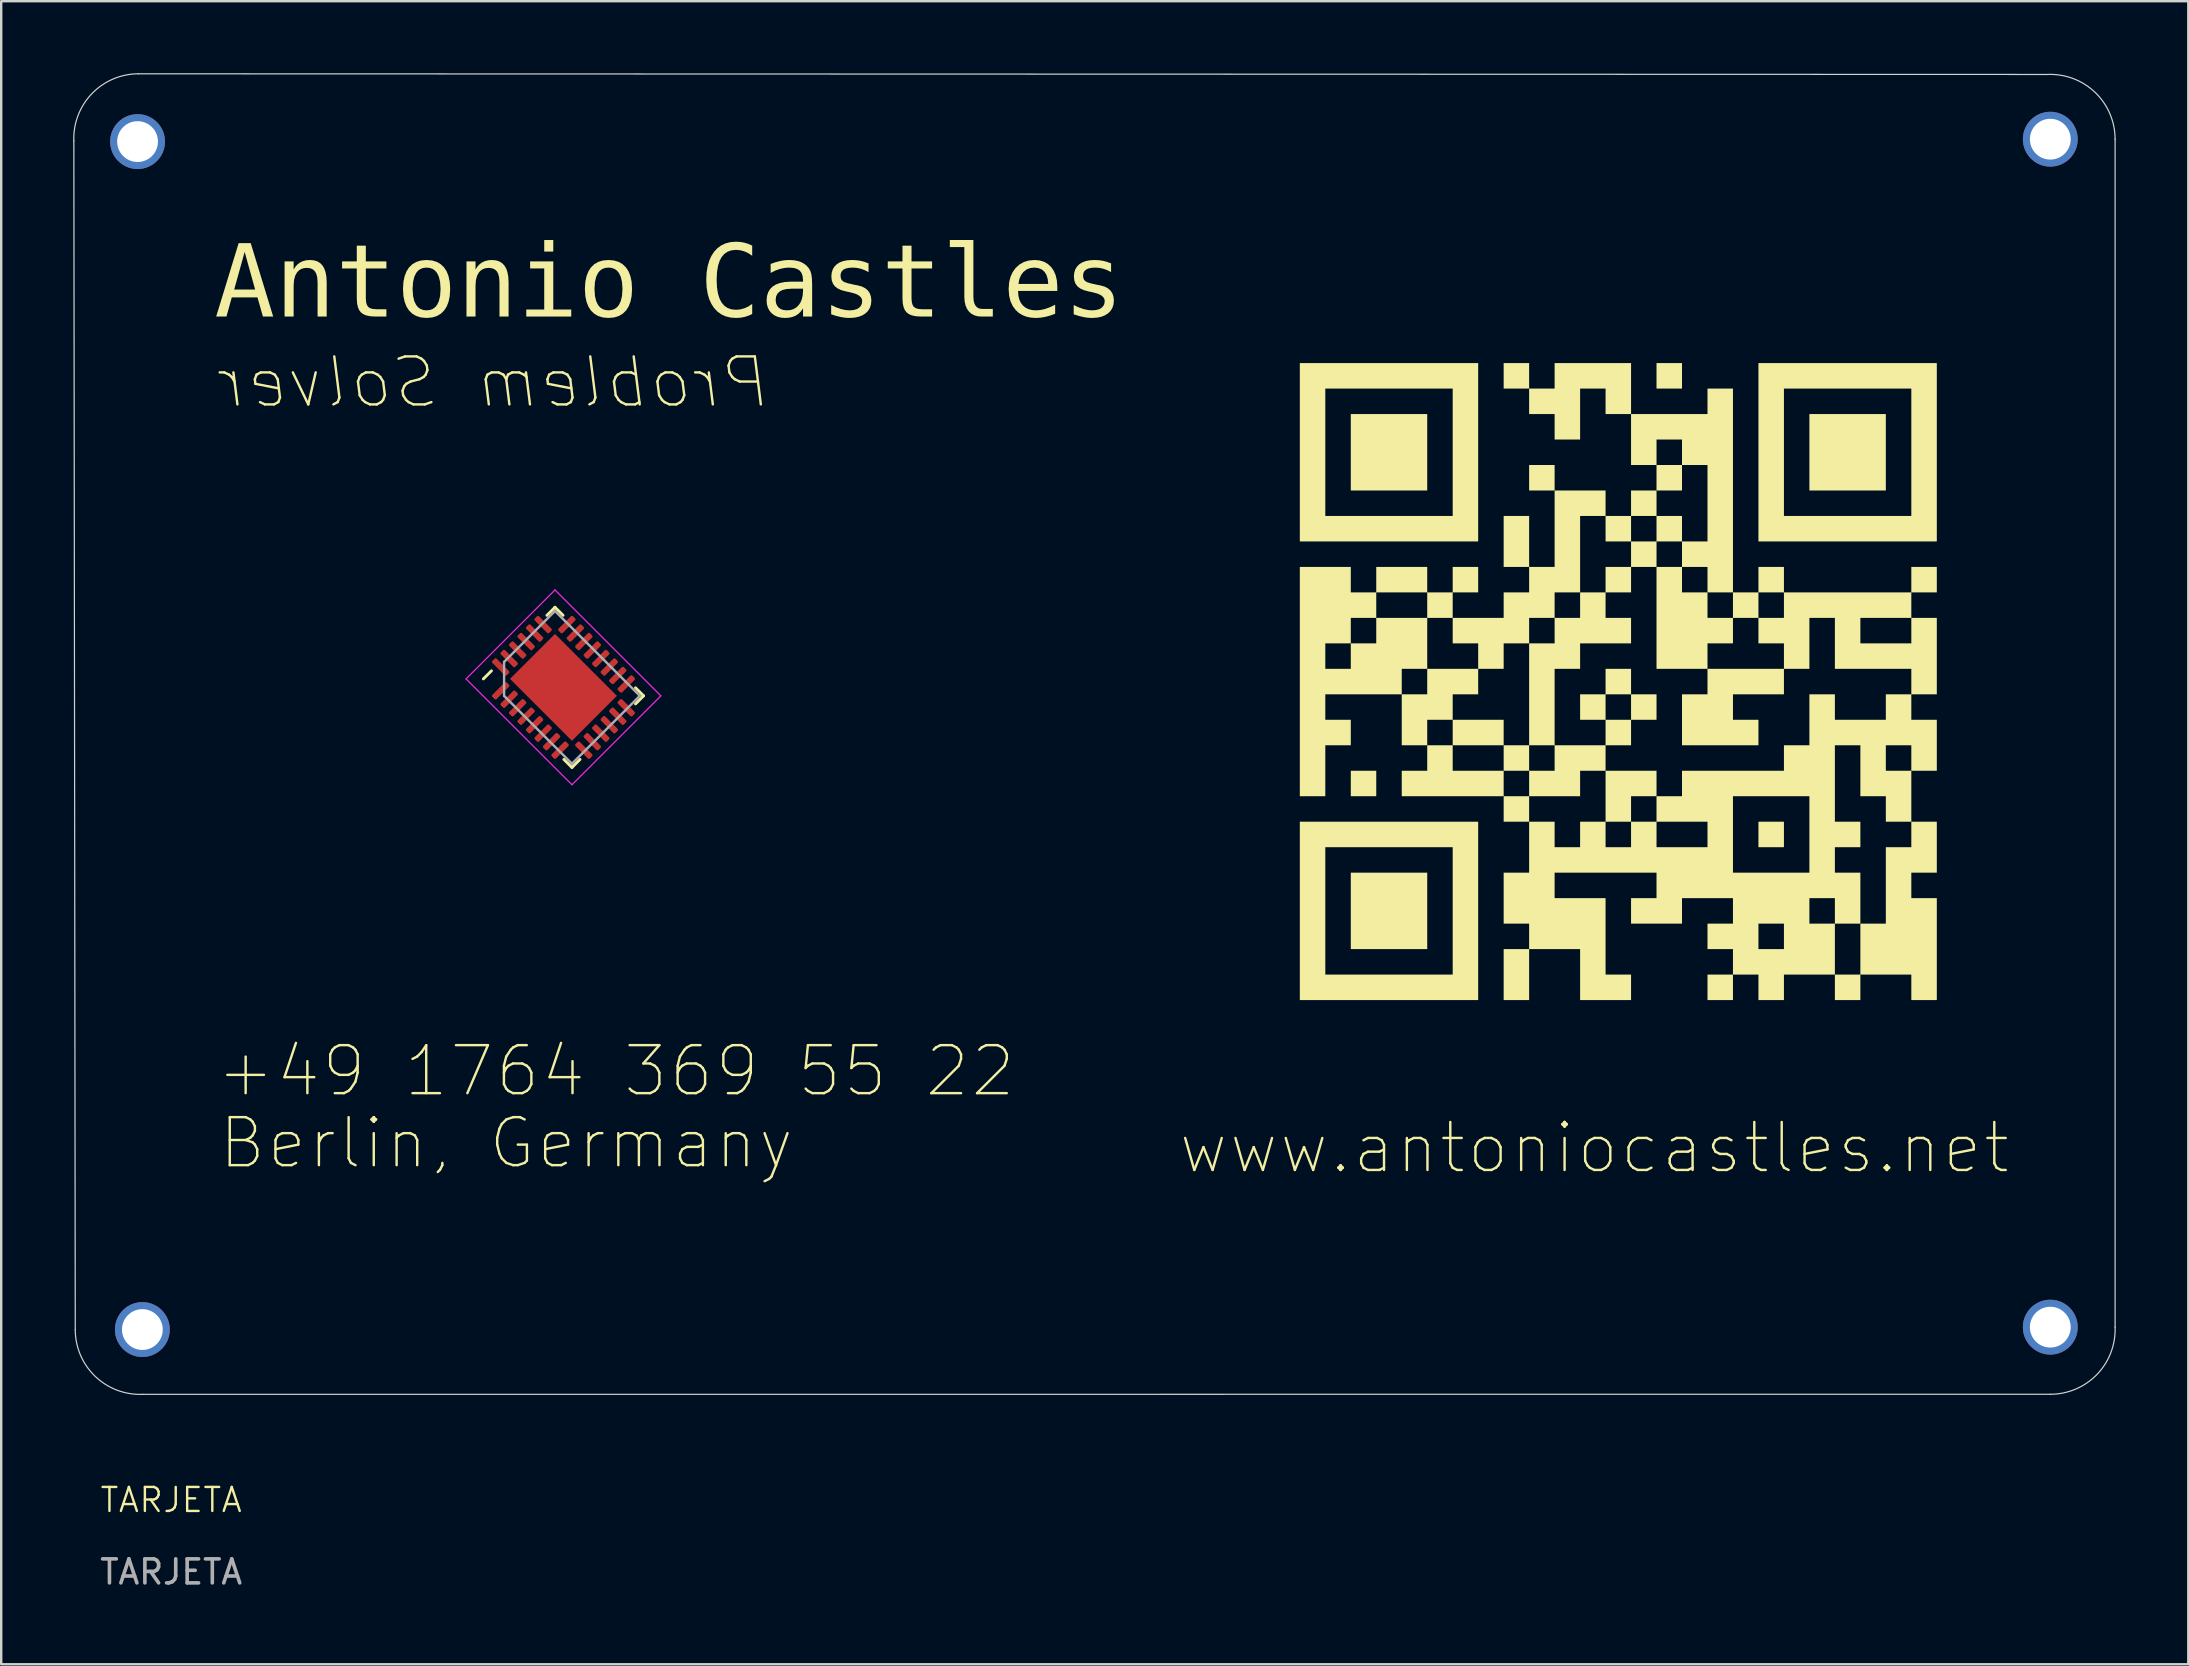
<source format=kicad_pcb>
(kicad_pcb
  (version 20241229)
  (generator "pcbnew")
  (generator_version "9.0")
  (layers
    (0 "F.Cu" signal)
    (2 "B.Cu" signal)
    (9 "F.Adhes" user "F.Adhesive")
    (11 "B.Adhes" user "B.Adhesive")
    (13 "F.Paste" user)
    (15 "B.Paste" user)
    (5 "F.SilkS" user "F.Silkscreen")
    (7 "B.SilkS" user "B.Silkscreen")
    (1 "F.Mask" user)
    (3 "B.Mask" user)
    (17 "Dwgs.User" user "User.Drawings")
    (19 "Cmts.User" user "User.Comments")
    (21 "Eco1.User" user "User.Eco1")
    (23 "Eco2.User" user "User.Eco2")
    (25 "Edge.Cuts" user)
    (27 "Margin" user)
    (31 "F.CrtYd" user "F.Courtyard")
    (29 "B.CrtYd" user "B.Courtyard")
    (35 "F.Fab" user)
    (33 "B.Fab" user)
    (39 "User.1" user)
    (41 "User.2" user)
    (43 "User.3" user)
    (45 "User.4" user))
  (footprint "TARJETA"
    (layer "F.Cu")
    (at 20.082 10.05)
    (property "Reference" "TARJETA" (at -16 49.4 0) (unlocked yes) (layer "F.SilkS") (effects (font (size 1 1) (thickness 0.1))))
    (attr smd)
    (fp_line (start -2.655 14.852) (end -2.991 15.188) (stroke (width 0.12) (type solid)) (layer "F.SilkS"))
    (fp_line (start -0.343 12.54) (end -0.007 12.204) (stroke (width 0.12) (type solid)) (layer "F.SilkS"))
    (fp_line (start -0.007 12.204) (end 0.329 12.54) (stroke (width 0.12) (type solid)) (layer "F.SilkS"))
    (fp_line (start 0.7 18.879) (end 0.364 18.543) (stroke (width 0.12) (type solid)) (layer "F.SilkS"))
    (fp_line (start 1.036 18.543) (end 0.7 18.879) (stroke (width 0.12) (type solid)) (layer "F.SilkS"))
    (fp_line (start 3.348 16.231) (end 3.684 15.895) (stroke (width 0.12) (type solid)) (layer "F.SilkS"))
    (fp_line (start 3.684 15.895) (end 3.348 15.559) (stroke (width 0.12) (type solid)) (layer "F.SilkS"))
    (fp_poly (pts (xy 34.214 19.547) (xy 34.214 20.077) (xy 33.683 20.077) (xy 33.153 20.077) (xy 33.153 19.547) (xy 33.153 19.016) (xy 33.683 19.016) (xy 34.214 19.016)) (stroke (width 0) (type solid)) (fill yes) (layer "F.SilkS"))
    (fp_poly (pts (xy 36.338 5.745) (xy 36.338 7.338) (xy 34.745 7.338) (xy 33.153 7.338) (xy 33.153 5.745) (xy 33.153 4.153) (xy 34.745 4.153) (xy 36.338 4.153)) (stroke (width 0) (type solid)) (fill yes) (layer "F.SilkS"))
    (fp_poly (pts (xy 36.338 24.855) (xy 36.338 26.447) (xy 34.745 26.447) (xy 33.153 26.447) (xy 33.153 24.855) (xy 33.153 23.262) (xy 34.745 23.262) (xy 36.338 23.262)) (stroke (width 0) (type solid)) (fill yes) (layer "F.SilkS"))
    (fp_poly (pts (xy 40.584 20.608) (xy 40.584 21.139) (xy 40.053 21.139) (xy 39.523 21.139) (xy 39.523 20.608) (xy 39.523 20.077) (xy 40.053 20.077) (xy 40.584 20.077)) (stroke (width 0) (type solid)) (fill yes) (layer "F.SilkS"))
    (fp_poly (pts (xy 41.646 6.807) (xy 41.646 7.338) (xy 41.115 7.338) (xy 40.584 7.338) (xy 40.584 6.807) (xy 40.584 6.276) (xy 41.115 6.276) (xy 41.646 6.276)) (stroke (width 0) (type solid)) (fill yes) (layer "F.SilkS"))
    (fp_poly (pts (xy 46.954 2.56) (xy 46.954 3.091) (xy 46.423 3.091) (xy 45.892 3.091) (xy 45.892 2.56) (xy 45.892 2.029) (xy 46.423 2.029) (xy 46.954 2.029)) (stroke (width 0) (type solid)) (fill yes) (layer "F.SilkS"))
    (fp_poly (pts (xy 51.201 21.67) (xy 51.201 22.201) (xy 50.67 22.201) (xy 50.139 22.201) (xy 50.139 21.67) (xy 50.139 21.139) (xy 50.67 21.139) (xy 51.201 21.139)) (stroke (width 0) (type solid)) (fill yes) (layer "F.SilkS"))
    (fp_poly (pts (xy 55.447 5.745) (xy 55.447 7.338) (xy 53.855 7.338) (xy 52.262 7.338) (xy 52.262 5.745) (xy 52.262 4.153) (xy 53.855 4.153) (xy 55.447 4.153)) (stroke (width 0) (type solid)) (fill yes) (layer "F.SilkS"))
    (fp_poly (pts (xy 45.892 19.547) (xy 45.892 20.077) (xy 45.362 20.077) (xy 44.831 20.077) (xy 44.831 20.608) (xy 44.831 21.139) (xy 44.3 21.139) (xy 43.769 21.139) (xy 43.769 20.077) (xy 43.769 19.016) (xy 44.831 19.016) (xy 45.892 19.016)) (stroke (width 0) (type solid)) (fill yes) (layer "F.SilkS"))
    (fp_poly (pts (xy 37.399 18.485) (xy 37.399 19.016) (xy 38.461 19.016) (xy 39.523 19.016) (xy 39.523 19.547) (xy 39.523 20.077) (xy 37.399 20.077) (xy 35.276 20.077) (xy 35.276 19.547) (xy 35.276 19.016) (xy 35.807 19.016) (xy 36.338 19.016) (xy 36.338 18.485) (xy 36.338 17.954) (xy 36.868 17.954) (xy 37.399 17.954)) (stroke (width 0) (type solid)) (fill yes) (layer "F.SilkS"))
    (fp_poly (pts (xy 38.461 5.745) (xy 38.461 9.461) (xy 34.745 9.461) (xy 31.029 9.461) (xy 31.029 5.745) (xy 31.029 3.091) (xy 32.091 3.091) (xy 32.091 5.745) (xy 32.091 8.399) (xy 34.745 8.399) (xy 37.399 8.399) (xy 37.399 5.745) (xy 37.399 3.091) (xy 34.745 3.091) (xy 32.091 3.091) (xy 31.029 3.091) (xy 31.029 2.029) (xy 34.745 2.029) (xy 38.461 2.029)) (stroke (width 0) (type solid)) (fill yes) (layer "F.SilkS"))
    (fp_poly (pts (xy 38.461 24.855) (xy 38.461 28.571) (xy 34.745 28.571) (xy 31.029 28.571) (xy 31.029 24.855) (xy 31.029 22.201) (xy 32.091 22.201) (xy 32.091 24.855) (xy 32.091 27.509) (xy 34.745 27.509) (xy 37.399 27.509) (xy 37.399 24.855) (xy 37.399 22.201) (xy 34.745 22.201) (xy 32.091 22.201) (xy 31.029 22.201) (xy 31.029 21.139) (xy 34.745 21.139) (xy 38.461 21.139)) (stroke (width 0) (type solid)) (fill yes) (layer "F.SilkS"))
    (fp_poly (pts (xy 57.571 5.745) (xy 57.571 9.461) (xy 53.855 9.461) (xy 50.139 9.461) (xy 50.139 5.745) (xy 50.139 3.091) (xy 51.201 3.091) (xy 51.201 5.745) (xy 51.201 8.399) (xy 53.855 8.399) (xy 56.509 8.399) (xy 56.509 5.745) (xy 56.509 3.091) (xy 53.855 3.091) (xy 51.201 3.091) (xy 50.139 3.091) (xy 50.139 2.029) (xy 53.855 2.029) (xy 57.571 2.029)) (stroke (width 0) (type solid)) (fill yes) (layer "F.SilkS"))
    (fp_poly (pts (xy 46.954 11.053) (xy 46.954 11.584) (xy 47.485 11.584) (xy 48.016 11.584) (xy 48.016 12.115) (xy 48.016 12.646) (xy 48.547 12.646) (xy 49.077 12.646) (xy 49.077 13.177) (xy 49.077 13.708) (xy 48.547 13.708) (xy 48.016 13.708) (xy 48.016 14.238) (xy 48.016 14.769) (xy 46.954 14.769) (xy 45.892 14.769) (xy 45.892 12.646) (xy 45.892 10.523) (xy 46.423 10.523) (xy 46.954 10.523)) (stroke (width 0) (type solid)) (fill yes) (layer "F.SilkS"))
    (fp_poly (pts (xy 51.201 15.3) (xy 51.201 15.831) (xy 50.139 15.831) (xy 49.077 15.831) (xy 49.077 16.362) (xy 49.077 16.892) (xy 49.608 16.892) (xy 50.139 16.892) (xy 50.139 17.423) (xy 50.139 17.954) (xy 48.547 17.954) (xy 46.954 17.954) (xy 46.954 16.892) (xy 46.954 15.831) (xy 47.485 15.831) (xy 48.016 15.831) (xy 48.016 15.3) (xy 48.016 14.769) (xy 49.608 14.769) (xy 51.201 14.769)) (stroke (width 0) (type solid)) (fill yes) (layer "F.SilkS"))
    (fp_poly (pts (xy 46.954 8.93) (xy 46.954 9.461) (xy 46.423 9.461) (xy 45.892 9.461) (xy 45.892 9.992) (xy 45.892 10.523) (xy 45.362 10.523) (xy 44.831 10.523) (xy 44.831 11.053) (xy 44.831 11.584) (xy 44.3 11.584) (xy 43.769 11.584) (xy 43.769 12.115) (xy 43.769 12.646) (xy 44.3 12.646) (xy 44.831 12.646) (xy 44.831 13.177) (xy 44.831 13.708) (xy 43.769 13.708) (xy 42.708 13.708) (xy 42.708 14.238) (xy 42.708 14.769) (xy 42.177 14.769) (xy 41.646 14.769) (xy 41.646 16.362) (xy 41.646 17.954) (xy 42.708 17.954) (xy 43.769 17.954) (xy 43.769 17.423) (xy 43.769 16.892) (xy 43.238 16.892) (xy 42.708 16.892) (xy 42.708 16.362) (xy 42.708 15.831) (xy 43.238 15.831) (xy 43.769 15.831) (xy 43.769 15.3) (xy 43.769 14.769) (xy 44.3 14.769) (xy 44.831 14.769) (xy 44.831 15.3) (xy 44.831 15.831) (xy 44.3 15.831) (xy 43.769 15.831) (xy 43.769 16.362) (xy 43.769 16.892) (xy 44.3 16.892) (xy 44.831 16.892) (xy 44.831 16.362) (xy 44.831 15.831) (xy 45.362 15.831) (xy 45.892 15.831) (xy 45.892 16.362) (xy 45.892 16.892) (xy 45.362 16.892) (xy 44.831 16.892) (xy 44.831 17.423) (xy 44.831 17.954) (xy 44.3 17.954) (xy 43.769 17.954) (xy 43.769 18.485) (xy 43.769 19.016) (xy 43.238 19.016) (xy 42.708 19.016) (xy 42.708 19.547) (xy 42.708 20.077) (xy 41.646 20.077) (xy 40.584 20.077) (xy 40.584 19.547) (xy 40.584 19.016) (xy 40.053 19.016) (xy 39.523 19.016) (xy 39.523 18.485) (xy 39.523 17.954) (xy 38.461 17.954) (xy 37.399 17.954) (xy 37.399 17.423) (xy 37.399 16.892) (xy 38.461 16.892) (xy 39.523 16.892) (xy 39.523 17.423) (xy 39.523 17.954) (xy 40.053 17.954) (xy 40.584 17.954) (xy 40.584 18.485) (xy 40.584 19.016) (xy 41.115 19.016) (xy 41.646 19.016) (xy 41.646 18.485) (xy 41.646 17.954) (xy 41.115 17.954) (xy 40.584 17.954) (xy 40.584 15.831) (xy 40.584 13.708) (xy 41.115 13.708) (xy 41.646 13.708) (xy 41.646 13.177) (xy 41.646 12.646) (xy 42.177 12.646) (xy 42.708 12.646) (xy 42.708 12.115) (xy 42.708 11.584) (xy 43.238 11.584) (xy 43.769 11.584) (xy 43.769 11.053) (xy 43.769 10.523) (xy 44.3 10.523) (xy 44.831 10.523) (xy 44.831 9.992) (xy 44.831 9.461) (xy 45.362 9.461) (xy 45.892 9.461) (xy 45.892 8.93) (xy 45.892 8.399) (xy 46.423 8.399) (xy 46.954 8.399)) (stroke (width 0) (type solid)) (fill yes) (layer "F.SilkS"))
    (fp_poly (pts (xy 40.584 2.56) (xy 40.584 3.091) (xy 41.115 3.091) (xy 41.646 3.091) (xy 41.646 2.56) (xy 41.646 2.029) (xy 43.238 2.029) (xy 44.831 2.029) (xy 44.831 3.091) (xy 44.831 4.153) (xy 46.423 4.153) (xy 48.016 4.153) (xy 48.016 3.622) (xy 48.016 3.091) (xy 48.547 3.091) (xy 49.077 3.091) (xy 49.077 7.338) (xy 49.077 11.584) (xy 49.608 11.584) (xy 50.139 11.584) (xy 50.139 11.053) (xy 50.139 10.523) (xy 50.67 10.523) (xy 51.201 10.523) (xy 51.201 11.053) (xy 51.201 11.584) (xy 53.855 11.584) (xy 56.509 11.584) (xy 56.509 11.053) (xy 56.509 10.523) (xy 57.04 10.523) (xy 57.571 10.523) (xy 57.571 11.053) (xy 57.571 11.584) (xy 57.04 11.584) (xy 56.509 11.584) (xy 56.509 12.115) (xy 56.509 12.646) (xy 55.447 12.646) (xy 54.386 12.646) (xy 54.386 13.177) (xy 54.386 13.708) (xy 55.447 13.708) (xy 56.509 13.708) (xy 56.509 13.177) (xy 56.509 12.646) (xy 57.04 12.646) (xy 57.571 12.646) (xy 57.571 14.238) (xy 57.571 15.831) (xy 57.04 15.831) (xy 56.509 15.831) (xy 56.509 16.362) (xy 56.509 16.892) (xy 57.04 16.892) (xy 57.571 16.892) (xy 57.571 17.954) (xy 57.571 19.016) (xy 57.04 19.016) (xy 56.509 19.016) (xy 56.509 20.077) (xy 56.509 21.139) (xy 55.978 21.139) (xy 55.447 21.139) (xy 55.447 20.608) (xy 55.447 20.077) (xy 54.917 20.077) (xy 54.386 20.077) (xy 54.386 19.016) (xy 54.386 17.954) (xy 55.447 17.954) (xy 55.447 18.485) (xy 55.447 19.016) (xy 55.978 19.016) (xy 56.509 19.016) (xy 56.509 18.485) (xy 56.509 17.954) (xy 55.978 17.954) (xy 55.447 17.954) (xy 54.386 17.954) (xy 53.855 17.954) (xy 53.324 17.954) (xy 53.324 19.547) (xy 53.324 21.139) (xy 53.855 21.139) (xy 54.386 21.139) (xy 54.386 21.67) (xy 54.386 22.201) (xy 53.855 22.201) (xy 53.324 22.201) (xy 53.324 22.732) (xy 53.324 23.262) (xy 53.855 23.262) (xy 54.386 23.262) (xy 54.386 24.324) (xy 54.386 25.386) (xy 53.855 25.386) (xy 53.324 25.386) (xy 53.324 24.855) (xy 53.324 24.324) (xy 52.793 24.324) (xy 52.262 24.324) (xy 52.262 24.855) (xy 52.262 25.386) (xy 52.793 25.386) (xy 53.324 25.386) (xy 53.324 26.447) (xy 53.324 27.509) (xy 53.855 27.509) (xy 54.386 27.509) (xy 54.386 26.447) (xy 54.386 25.386) (xy 54.917 25.386) (xy 55.447 25.386) (xy 55.447 23.793) (xy 55.447 22.201) (xy 55.978 22.201) (xy 56.509 22.201) (xy 56.509 21.67) (xy 56.509 21.139) (xy 57.04 21.139) (xy 57.571 21.139) (xy 57.571 22.201) (xy 57.571 23.262) (xy 57.04 23.262) (xy 56.509 23.262) (xy 56.509 23.793) (xy 56.509 24.324) (xy 57.04 24.324) (xy 57.571 24.324) (xy 57.571 26.447) (xy 57.571 28.571) (xy 57.04 28.571) (xy 56.509 28.571) (xy 56.509 28.04) (xy 56.509 27.509) (xy 55.447 27.509) (xy 54.386 27.509) (xy 54.386 28.04) (xy 54.386 28.571) (xy 53.855 28.571) (xy 53.324 28.571) (xy 53.324 28.04) (xy 53.324 27.509) (xy 52.262 27.509) (xy 51.201 27.509) (xy 51.201 28.04) (xy 51.201 28.571) (xy 50.67 28.571) (xy 50.139 28.571) (xy 50.139 28.04) (xy 50.139 27.509) (xy 49.608 27.509) (xy 49.077 27.509) (xy 49.077 28.04) (xy 49.077 28.571) (xy 48.547 28.571) (xy 48.016 28.571) (xy 48.016 28.04) (xy 48.016 27.509) (xy 48.547 27.509) (xy 49.077 27.509) (xy 49.077 26.978) (xy 49.077 26.447) (xy 48.547 26.447) (xy 48.016 26.447) (xy 48.016 25.917) (xy 48.016 25.386) (xy 48.547 25.386) (xy 49.077 25.386) (xy 50.139 25.386) (xy 50.139 25.917) (xy 50.139 26.447) (xy 50.67 26.447) (xy 51.201 26.447) (xy 51.201 25.917) (xy 51.201 25.386) (xy 50.67 25.386) (xy 50.139 25.386) (xy 49.077 25.386) (xy 49.077 24.855) (xy 49.077 24.324) (xy 48.016 24.324) (xy 46.954 24.324) (xy 46.954 24.855) (xy 46.954 25.386) (xy 45.892 25.386) (xy 44.831 25.386) (xy 44.831 24.855) (xy 44.831 24.324) (xy 45.362 24.324) (xy 45.892 24.324) (xy 45.892 23.793) (xy 45.892 23.262) (xy 43.769 23.262) (xy 41.646 23.262) (xy 41.646 23.793) (xy 41.646 24.324) (xy 42.708 24.324) (xy 43.769 24.324) (xy 43.769 25.917) (xy 43.769 27.509) (xy 44.3 27.509) (xy 44.831 27.509) (xy 44.831 28.04) (xy 44.831 28.571) (xy 43.769 28.571) (xy 42.708 28.571) (xy 42.708 27.509) (xy 42.708 26.447) (xy 41.646 26.447) (xy 40.584 26.447) (xy 40.584 27.509) (xy 40.584 28.571) (xy 40.053 28.571) (xy 39.523 28.571) (xy 39.523 27.509) (xy 39.523 26.447) (xy 40.053 26.447) (xy 40.584 26.447) (xy 40.584 25.917) (xy 40.584 25.386) (xy 40.053 25.386) (xy 39.523 25.386) (xy 39.523 24.324) (xy 39.523 23.262) (xy 40.053 23.262) (xy 40.584 23.262) (xy 40.584 22.201) (xy 40.584 21.139) (xy 41.115 21.139) (xy 41.646 21.139) (xy 41.646 21.67) (xy 41.646 22.201) (xy 42.177 22.201) (xy 42.708 22.201) (xy 42.708 21.67) (xy 42.708 21.139) (xy 43.238 21.139) (xy 43.769 21.139) (xy 43.769 21.67) (xy 43.769 22.201) (xy 44.3 22.201) (xy 44.831 22.201) (xy 44.831 21.67) (xy 44.831 21.139) (xy 45.362 21.139) (xy 45.892 21.139) (xy 45.892 21.67) (xy 45.892 22.201) (xy 46.954 22.201) (xy 48.016 22.201) (xy 48.016 21.67) (xy 48.016 21.139) (xy 46.954 21.139) (xy 45.892 21.139) (xy 45.892 20.608) (xy 45.892 20.077) (xy 46.423 20.077) (xy 46.954 20.077) (xy 49.077 20.077) (xy 49.077 21.67) (xy 49.077 23.262) (xy 50.67 23.262) (xy 52.262 23.262) (xy 52.262 21.67) (xy 52.262 20.077) (xy 50.67 20.077) (xy 49.077 20.077) (xy 46.954 20.077) (xy 46.954 19.547) (xy 46.954 19.016) (xy 49.077 19.016) (xy 51.201 19.016) (xy 51.201 18.485) (xy 51.201 17.954) (xy 51.732 17.954) (xy 52.262 17.954) (xy 52.262 16.892) (xy 52.262 15.831) (xy 52.793 15.831) (xy 53.324 15.831) (xy 53.324 16.362) (xy 53.324 16.892) (xy 54.386 16.892) (xy 55.447 16.892) (xy 55.447 16.362) (xy 55.447 15.831) (xy 55.978 15.831) (xy 56.509 15.831) (xy 56.509 15.3) (xy 56.509 14.769) (xy 54.917 14.769) (xy 53.324 14.769) (xy 53.324 13.708) (xy 53.324 12.646) (xy 52.793 12.646) (xy 52.262 12.646) (xy 52.262 13.708) (xy 52.262 14.769) (xy 51.732 14.769) (xy 51.201 14.769) (xy 51.201 14.238) (xy 51.201 13.708) (xy 50.67 13.708) (xy 50.139 13.708) (xy 50.139 13.177) (xy 50.139 12.646) (xy 50.67 12.646) (xy 51.201 12.646) (xy 51.201 12.115) (xy 51.201 11.584) (xy 50.67 11.584) (xy 50.139 11.584) (xy 50.139 12.115) (xy 50.139 12.646) (xy 49.608 12.646) (xy 49.077 12.646) (xy 49.077 12.115) (xy 49.077 11.584) (xy 48.547 11.584) (xy 48.016 11.584) (xy 48.016 11.053) (xy 48.016 10.523) (xy 47.485 10.523) (xy 46.954 10.523) (xy 46.954 9.992) (xy 46.954 9.461) (xy 47.485 9.461) (xy 48.016 9.461) (xy 48.016 7.868) (xy 48.016 6.276) (xy 47.485 6.276) (xy 46.954 6.276) (xy 46.954 6.807) (xy 46.954 7.338) (xy 46.423 7.338) (xy 45.892 7.338) (xy 45.892 7.868) (xy 45.892 8.399) (xy 45.362 8.399) (xy 44.831 8.399) (xy 44.831 8.93) (xy 44.831 9.461) (xy 44.3 9.461) (xy 43.769 9.461) (xy 43.769 8.93) (xy 43.769 8.399) (xy 43.238 8.399) (xy 42.708 8.399) (xy 42.708 9.992) (xy 42.708 11.584) (xy 42.177 11.584) (xy 41.646 11.584) (xy 41.646 12.115) (xy 41.646 12.646) (xy 41.115 12.646) (xy 40.584 12.646) (xy 40.584 13.177) (xy 40.584 13.708) (xy 40.053 13.708) (xy 39.523 13.708) (xy 39.523 14.238) (xy 39.523 14.769) (xy 38.992 14.769) (xy 38.461 14.769) (xy 38.461 14.238) (xy 38.461 13.708) (xy 37.93 13.708) (xy 37.399 13.708) (xy 37.399 13.177) (xy 37.399 12.646) (xy 36.868 12.646) (xy 36.338 12.646) (xy 36.338 13.708) (xy 36.338 14.769) (xy 35.807 14.769) (xy 35.276 14.769) (xy 35.276 15.3) (xy 35.276 15.831) (xy 35.807 15.831) (xy 36.338 15.831) (xy 36.338 15.3) (xy 36.338 14.769) (xy 37.399 14.769) (xy 38.461 14.769) (xy 38.461 15.3) (xy 38.461 15.831) (xy 37.93 15.831) (xy 37.399 15.831) (xy 37.399 16.362) (xy 37.399 16.892) (xy 36.868 16.892) (xy 36.338 16.892) (xy 36.338 17.423) (xy 36.338 17.954) (xy 35.807 17.954) (xy 35.276 17.954) (xy 35.276 16.892) (xy 35.276 15.831) (xy 33.683 15.831) (xy 32.091 15.831) (xy 32.091 16.362) (xy 32.091 16.892) (xy 32.622 16.892) (xy 33.153 16.892) (xy 33.153 17.423) (xy 33.153 17.954) (xy 32.622 17.954) (xy 32.091 17.954) (xy 32.091 19.016) (xy 32.091 20.077) (xy 31.56 20.077) (xy 31.029 20.077) (xy 31.029 15.3) (xy 31.029 14.769) (xy 32.091 14.769) (xy 32.622 14.769) (xy 33.153 14.769) (xy 33.153 14.238) (xy 33.153 13.708) (xy 33.683 13.708) (xy 34.214 13.708) (xy 34.214 13.177) (xy 34.214 12.646) (xy 35.276 12.646) (xy 36.338 12.646) (xy 36.338 12.115) (xy 36.338 11.584) (xy 35.276 11.584) (xy 34.214 11.584) (xy 34.214 12.115) (xy 34.214 12.646) (xy 33.683 12.646) (xy 33.153 12.646) (xy 33.153 13.177) (xy 33.153 13.708) (xy 32.622 13.708) (xy 32.091 13.708) (xy 32.091 14.238) (xy 32.091 14.769) (xy 31.029 14.769) (xy 31.029 10.523) (xy 32.091 10.523) (xy 33.153 10.523) (xy 33.153 11.053) (xy 33.153 11.584) (xy 33.683 11.584) (xy 34.214 11.584) (xy 34.214 11.053) (xy 34.214 10.523) (xy 35.276 10.523) (xy 36.338 10.523) (xy 36.338 11.053) (xy 36.338 11.584) (xy 36.868 11.584) (xy 37.399 11.584) (xy 37.399 11.053) (xy 37.399 10.523) (xy 37.93 10.523) (xy 38.461 10.523) (xy 38.461 11.053) (xy 38.461 11.584) (xy 37.93 11.584) (xy 37.399 11.584) (xy 37.399 12.115) (xy 37.399 12.646) (xy 38.461 12.646) (xy 39.523 12.646) (xy 39.523 12.115) (xy 39.523 11.584) (xy 40.053 11.584) (xy 40.584 11.584) (xy 40.584 11.053) (xy 40.584 10.523) (xy 40.053 10.523) (xy 39.523 10.523) (xy 39.523 9.461) (xy 39.523 8.399) (xy 40.053 8.399) (xy 40.584 8.399) (xy 40.584 9.461) (xy 40.584 10.523) (xy 41.115 10.523) (xy 41.646 10.523) (xy 41.646 8.93) (xy 41.646 7.338) (xy 42.708 7.338) (xy 43.769 7.338) (xy 43.769 7.868) (xy 43.769 8.399) (xy 44.3 8.399) (xy 44.831 8.399) (xy 44.831 7.868) (xy 44.831 7.338) (xy 45.362 7.338) (xy 45.892 7.338) (xy 45.892 6.807) (xy 45.892 6.276) (xy 45.362 6.276) (xy 44.831 6.276) (xy 44.831 5.214) (xy 45.892 5.214) (xy 45.892 5.745) (xy 45.892 6.276) (xy 46.423 6.276) (xy 46.954 6.276) (xy 46.954 5.745) (xy 46.954 5.214) (xy 46.423 5.214) (xy 45.892 5.214) (xy 44.831 5.214) (xy 44.831 4.153) (xy 44.3 4.153) (xy 43.769 4.153) (xy 43.769 3.622) (xy 43.769 3.091) (xy 43.238 3.091) (xy 42.708 3.091) (xy 42.708 4.153) (xy 42.708 5.214) (xy 42.177 5.214) (xy 41.646 5.214) (xy 41.646 4.683) (xy 41.646 4.153) (xy 41.115 4.153) (xy 40.584 4.153) (xy 40.584 3.622) (xy 40.584 3.091) (xy 40.053 3.091) (xy 39.523 3.091) (xy 39.523 2.56) (xy 39.523 2.029) (xy 40.053 2.029) (xy 40.584 2.029)) (stroke (width 0) (type solid)) (fill yes) (layer "F.SilkS"))
    (fp_rect (start -20 -10) (end 65 45) (stroke (width 0.1) (type default)) (fill no) (layer "Eco2.User"))
    (fp_line (start -20.055 -7.229) (end -19.996 42.302) (stroke (width 0.05) (type default)) (layer "Edge.Cuts"))
    (fp_line (start -17.2 45) (end 62.302 44.996) (stroke (width 0.05) (type default)) (layer "Edge.Cuts"))
    (fp_line (start 62.204 -9.998) (end -17.357 -10.025) (stroke (width 0.05) (type default)) (layer "Edge.Cuts"))
    (fp_line (start 65 42.2) (end 65 -7.3) (stroke (width 0.05) (type default)) (layer "Edge.Cuts"))
    (fp_arc (start -20.055319 -7.228825) (mid -19.3 -9.2) (end -17.357039 -10.025192) (stroke (width 0.05) (type default)) (layer "Edge.Cuts"))
    (fp_arc (start -17.2 45) (mid -19.171175 44.244681) (end -19.996367 42.30172) (stroke (width 0.05) (type default)) (layer "Edge.Cuts"))
    (fp_arc (start 62.203633 -9.99828) (mid 64.174808 -9.242961) (end 65 -7.3) (stroke (width 0.05) (type default)) (layer "Edge.Cuts"))
    (fp_arc (start 65 42.2) (mid 64.244681 44.171175) (end 62.30172 44.996367) (stroke (width 0.05) (type default)) (layer "Edge.Cuts"))
    (fp_line (start -3.712 15.188) (end 0.7 19.6) (stroke (width 0.05) (type solid)) (layer "F.CrtYd"))
    (fp_line (start -0.007 11.482) (end -3.712 15.188) (stroke (width 0.05) (type solid)) (layer "F.CrtYd"))
    (fp_line (start 0.7 19.6) (end 4.405 15.895) (stroke (width 0.05) (type solid)) (layer "F.CrtYd"))
    (fp_line (start 4.405 15.895) (end -0.007 11.482) (stroke (width 0.05) (type solid)) (layer "F.CrtYd"))
    (fp_line (start -2.128 14.481) (end -0.007 12.359) (stroke (width 0.1) (type solid)) (layer "F.Fab"))
    (fp_line (start -2.128 15.895) (end -2.128 14.481) (stroke (width 0.1) (type solid)) (layer "F.Fab"))
    (fp_line (start -0.007 12.359) (end 3.528 15.895) (stroke (width 0.1) (type solid)) (layer "F.Fab"))
    (fp_line (start 0.7 18.723) (end -2.128 15.895) (stroke (width 0.1) (type solid)) (layer "F.Fab"))
    (fp_line (start 3.528 15.895) (end 0.7 18.723) (stroke (width 0.1) (type solid)) (layer "F.Fab"))
    (fp_text user "www.antoniocastles.net" (at 25.9 35.9 0) (unlocked yes) (layer "F.SilkS") (effects (font (size 2 2) (thickness 0.1)) (justify left bottom)))
    (fp_text user "+49 1764 369 55 22" (at -14.2 32.7 0) (unlocked yes) (layer "F.SilkS") (effects (font (size 2 2) (thickness 0.1)) (justify left bottom)))
    (fp_text user "Antonio Castles" (at -14.2 0.6 0) (unlocked yes) (layer "F.SilkS") (effects (font (face "Inconsolata") (size 3 3) (thickness 0.1)) (justify left bottom)))
    (fp_text user "Berlin, Germany" (at -14.1 35.7 0) (unlocked yes) (layer "F.SilkS") (effects (font (size 2 2) (thickness 0.1)) (justify left bottom)))
    (fp_text user "Problem Solver" (at 9.1 4 0) (unlocked yes) (layer "F.SilkS") (effects (font (size 2 2) (thickness 0.1) (italic yes)) (justify left bottom mirror)))
    (fp_text user "${REFERENCE}" (at -16 52.4 0) (unlocked yes) (layer "F.Fab") (effects (font (size 1 1) (thickness 0.15))))
    (pad "" np_thru_hole circle (at -17.4 -7.2) (size 2.286 2.286) (drill 1.7) (layers "*.Cu" "*.Mask"))
    (pad "" np_thru_hole circle (at -17.2 42.3) (size 2.286 2.286) (drill 1.7) (layers "*.Cu" "*.Mask"))
    (pad "" smd roundrect (at -0.983 15.145 45) (size 1.07 0.98) (layers "F.Paste") (roundrect_rratio 0.25))
    (pad "" smd roundrect (at -0.12 16.008 45) (size 1.07 0.98) (layers "F.Paste") (roundrect_rratio 0.25))
    (pad "" smd roundrect (at -0.05 14.212 45) (size 1.07 0.98) (layers "F.Paste") (roundrect_rratio 0.25))
    (pad "" smd roundrect (at 0.742 16.871 45) (size 1.07 0.98) (layers "F.Paste") (roundrect_rratio 0.25))
    (pad "" smd roundrect (at 0.813 15.075 45) (size 1.07 0.98) (layers "F.Paste") (roundrect_rratio 0.25))
    (pad "" smd roundrect (at 1.676 15.937 45) (size 1.07 0.98) (layers "F.Paste") (roundrect_rratio 0.25))
    (pad "" np_thru_hole circle (at 62.3 -7.3) (size 2.286 2.286) (drill 1.7) (layers "*.Cu" "*.Mask"))
    (pad "" np_thru_hole circle (at 62.3 42.2) (size 2.286 2.286) (drill 1.7) (layers "*.Cu" "*.Mask"))
    (pad "1" smd roundrect (at -2.27 15.683 45) (size 0.85 0.25) (layers "F.Cu" "F.Mask" "F.Paste") (roundrect_rratio 0.25))
    (pad "2" smd roundrect (at -1.916 16.036 45) (size 0.85 0.25) (layers "F.Cu" "F.Mask" "F.Paste") (roundrect_rratio 0.25))
    (pad "3" smd roundrect (at -1.563 16.39 45) (size 0.85 0.25) (layers "F.Cu" "F.Mask" "F.Paste") (roundrect_rratio 0.25))
    (pad "4" smd roundrect (at -1.209 16.743 45) (size 0.85 0.25) (layers "F.Cu" "F.Mask" "F.Paste") (roundrect_rratio 0.25))
    (pad "5" smd roundrect (at -0.856 17.097 45) (size 0.85 0.25) (layers "F.Cu" "F.Mask" "F.Paste") (roundrect_rratio 0.25))
    (pad "6" smd roundrect (at -0.502 17.45 45) (size 0.85 0.25) (layers "F.Cu" "F.Mask" "F.Paste") (roundrect_rratio 0.25))
    (pad "7" smd roundrect (at -0.149 17.804 45) (size 0.85 0.25) (layers "F.Cu" "F.Mask" "F.Paste") (roundrect_rratio 0.25))
    (pad "8" smd roundrect (at 0.205 18.158 45) (size 0.85 0.25) (layers "F.Cu" "F.Mask" "F.Paste") (roundrect_rratio 0.25))
    (pad "9" smd roundrect (at 1.195 18.158 45) (size 0.25 0.85) (layers "F.Cu" "F.Mask" "F.Paste") (roundrect_rratio 0.25))
    (pad "10" smd roundrect (at 1.549 17.804 45) (size 0.25 0.85) (layers "F.Cu" "F.Mask" "F.Paste") (roundrect_rratio 0.25))
    (pad "11" smd roundrect (at 1.902 17.45 45) (size 0.25 0.85) (layers "F.Cu" "F.Mask" "F.Paste") (roundrect_rratio 0.25))
    (pad "12" smd roundrect (at 2.256 17.097 45) (size 0.25 0.85) (layers "F.Cu" "F.Mask" "F.Paste") (roundrect_rratio 0.25))
    (pad "13" smd roundrect (at 2.609 16.743 45) (size 0.25 0.85) (layers "F.Cu" "F.Mask" "F.Paste") (roundrect_rratio 0.25))
    (pad "14" smd roundrect (at 2.963 16.39 45) (size 0.25 0.85) (layers "F.Cu" "F.Mask" "F.Paste") (roundrect_rratio 0.25))
    (pad "15" smd roundrect (at 2.963 15.4 45) (size 0.85 0.25) (layers "F.Cu" "F.Mask" "F.Paste") (roundrect_rratio 0.25))
    (pad "16" smd roundrect (at 2.609 15.046 45) (size 0.85 0.25) (layers "F.Cu" "F.Mask" "F.Paste") (roundrect_rratio 0.25))
    (pad "17" smd roundrect (at 2.256 14.693 45) (size 0.85 0.25) (layers "F.Cu" "F.Mask" "F.Paste") (roundrect_rratio 0.25))
    (pad "18" smd roundrect (at 1.902 14.339 45) (size 0.85 0.25) (layers "F.Cu" "F.Mask" "F.Paste") (roundrect_rratio 0.25))
    (pad "19" smd roundrect (at 1.549 13.986 45) (size 0.85 0.25) (layers "F.Cu" "F.Mask" "F.Paste") (roundrect_rratio 0.25))
    (pad "20" smd roundrect (at 1.195 13.632 45) (size 0.85 0.25) (layers "F.Cu" "F.Mask" "F.Paste") (roundrect_rratio 0.25))
    (pad "21" smd roundrect (at 0.841 13.278 45) (size 0.85 0.25) (layers "F.Cu" "F.Mask" "F.Paste") (roundrect_rratio 0.25))
    (pad "22" smd roundrect (at 0.488 12.925 45) (size 0.85 0.25) (layers "F.Cu" "F.Mask" "F.Paste") (roundrect_rratio 0.25))
    (pad "23" smd roundrect (at -0.502 12.925 45) (size 0.25 0.85) (layers "F.Cu" "F.Mask" "F.Paste") (roundrect_rratio 0.25))
    (pad "24" smd roundrect (at -0.856 13.278 45) (size 0.25 0.85) (layers "F.Cu" "F.Mask" "F.Paste") (roundrect_rratio 0.25))
    (pad "25" smd roundrect (at -1.209 13.632 45) (size 0.25 0.85) (layers "F.Cu" "F.Mask" "F.Paste") (roundrect_rratio 0.25))
    (pad "26" smd roundrect (at -1.563 13.986 45) (size 0.25 0.85) (layers "F.Cu" "F.Mask" "F.Paste") (roundrect_rratio 0.25))
    (pad "27" smd roundrect (at -1.916 14.339 45) (size 0.25 0.85) (layers "F.Cu" "F.Mask" "F.Paste") (roundrect_rratio 0.25))
    (pad "28" smd roundrect (at -2.27 14.693 45) (size 0.25 0.85) (layers "F.Cu" "F.Mask" "F.Paste") (roundrect_rratio 0.25))
    (pad "29" smd rect (at 0.346 15.541 45) (size 2.65 3.65) (layers "F.Cu" "F.Mask")))
  (gr_rect
    (start -3 -3)
    (end 88.132 66.298)
    (stroke (width 0.1) (type default))
    (fill no)
    (layer "Edge.Cuts")))
</source>
